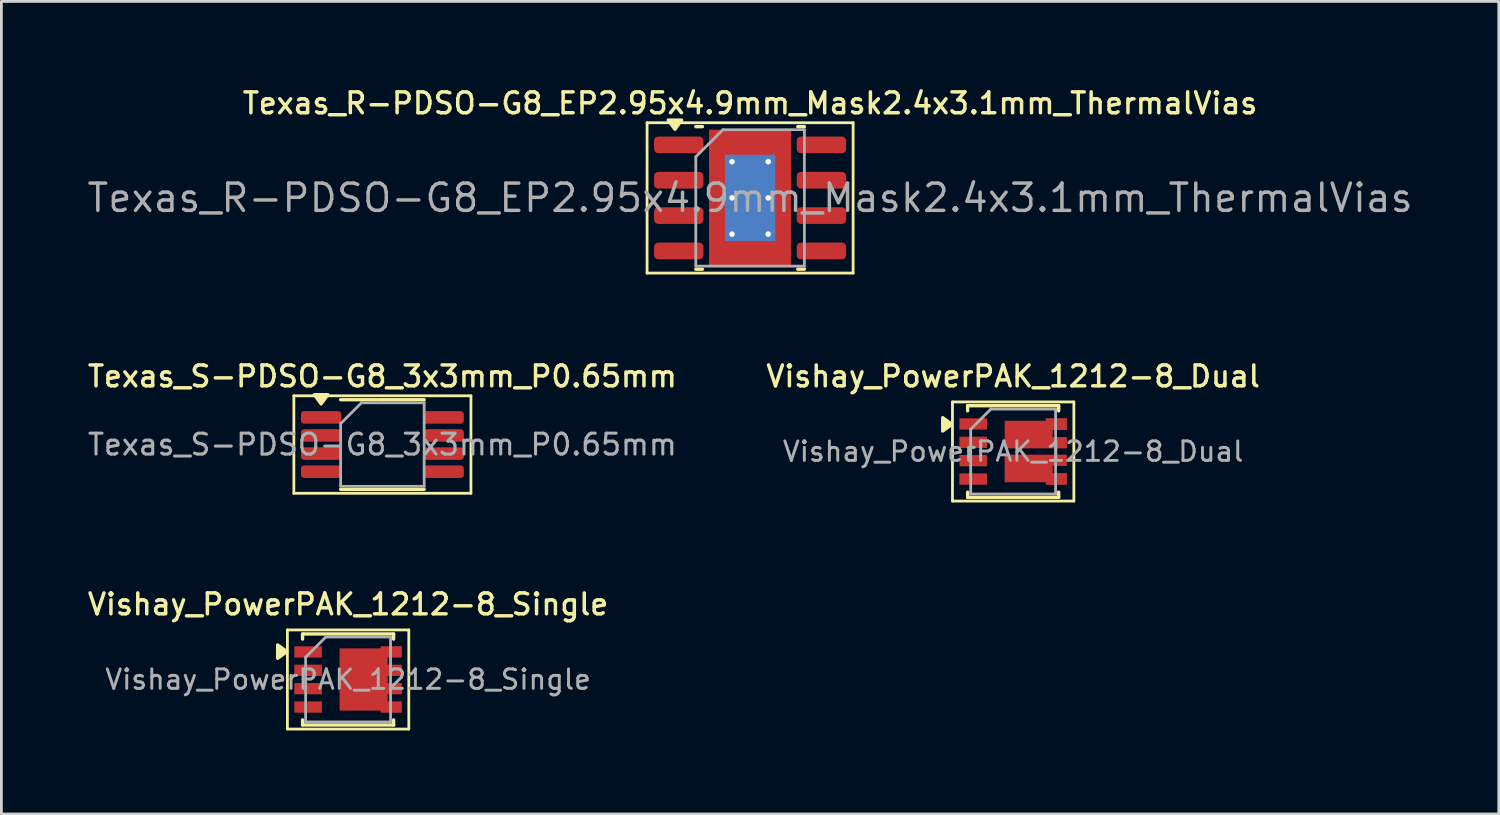
<source format=kicad_pcb>
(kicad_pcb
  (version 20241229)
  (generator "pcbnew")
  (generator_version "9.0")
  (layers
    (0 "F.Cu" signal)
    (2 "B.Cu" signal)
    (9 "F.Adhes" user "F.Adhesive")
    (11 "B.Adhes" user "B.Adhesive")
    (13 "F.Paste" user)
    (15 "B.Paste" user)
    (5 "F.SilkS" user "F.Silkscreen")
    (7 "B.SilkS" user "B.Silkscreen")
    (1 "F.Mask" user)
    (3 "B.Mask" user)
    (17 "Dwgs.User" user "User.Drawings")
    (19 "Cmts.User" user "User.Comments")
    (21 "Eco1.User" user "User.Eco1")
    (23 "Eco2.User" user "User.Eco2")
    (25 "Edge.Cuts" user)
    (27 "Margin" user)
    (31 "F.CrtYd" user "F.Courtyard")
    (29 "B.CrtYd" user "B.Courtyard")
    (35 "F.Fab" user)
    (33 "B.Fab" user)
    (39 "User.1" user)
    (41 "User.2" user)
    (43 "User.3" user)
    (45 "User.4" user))
  (footprint "Vishay_PowerPAK_1212-8_Single"
    (layer "F.Cu")
    (at 9.452 21.354)
    (property "Reference" "Vishay_PowerPAK_1212-8_Single" (at 0 -2.7 0) (layer "F.SilkS") (effects (font (size 0.75 0.75) (thickness 0.125))))
    (attr smd)
    (fp_line (start -2.18 -1.78) (end -2.18 1.78) (stroke (width 0.1) (type solid)) (layer "F.SilkS"))
    (fp_line (start -2.18 -1.78) (end 2.18 -1.78) (stroke (width 0.1) (type solid)) (layer "F.SilkS"))
    (fp_line (start -2.18 1.78) (end 2.18 1.78) (stroke (width 0.1) (type solid)) (layer "F.SilkS"))
    (fp_line (start -1.635 -1.635) (end -1.635 -1.45) (stroke (width 0.12) (type solid)) (layer "F.SilkS"))
    (fp_line (start -1.635 -1.635) (end 1.635 -1.635) (stroke (width 0.12) (type solid)) (layer "F.SilkS"))
    (fp_line (start -1.635 1.45) (end -1.635 1.635) (stroke (width 0.12) (type solid)) (layer "F.SilkS"))
    (fp_line (start -1.635 1.635) (end 1.635 1.635) (stroke (width 0.12) (type solid)) (layer "F.SilkS"))
    (fp_line (start 1.635 -1.635) (end 1.635 -1.45) (stroke (width 0.12) (type solid)) (layer "F.SilkS"))
    (fp_line (start 1.635 1.45) (end 1.635 1.635) (stroke (width 0.12) (type solid)) (layer "F.SilkS"))
    (fp_line (start 2.18 -1.78) (end 2.18 1.78) (stroke (width 0.1) (type solid)) (layer "F.SilkS"))
    (fp_poly (pts (xy -2.2 -1) (xy -2.53 -0.76) (xy -2.53 -1.24) (xy -2.2 -1)) (stroke (width 0.12) (type solid)) (fill yes) (layer "F.SilkS"))
    (fp_line (start -1.525 -0.8) (end -1.525 1.525) (stroke (width 0.1) (type solid)) (layer "F.Fab"))
    (fp_line (start -1.525 -0.8) (end -0.8 -1.525) (stroke (width 0.1) (type solid)) (layer "F.Fab"))
    (fp_line (start -1.525 1.525) (end 1.525 1.525) (stroke (width 0.1) (type solid)) (layer "F.Fab"))
    (fp_line (start -0.8 -1.525) (end 1.525 -1.525) (stroke (width 0.1) (type solid)) (layer "F.Fab"))
    (fp_line (start 1.525 -1.525) (end 1.525 1.525) (stroke (width 0.1) (type solid)) (layer "F.Fab"))
    (fp_text user "${REFERENCE}" (at 0 0 0) (layer "F.Fab") (effects (font (size 0.7 0.7) (thickness 0.105))))
    (pad "1" smd rect (at -1.435 -0.99) (size 0.99 0.405) (layers "F.Cu" "F.Mask" "F.Paste"))
    (pad "2" smd rect (at -1.435 -0.33) (size 0.99 0.405) (layers "F.Cu" "F.Mask" "F.Paste"))
    (pad "3" smd rect (at -1.435 0.33) (size 0.99 0.405) (layers "F.Cu" "F.Mask" "F.Paste"))
    (pad "4" smd rect (at -1.435 0.99) (size 0.99 0.405) (layers "F.Cu" "F.Mask" "F.Paste"))
    (pad "5" smd custom (at 0.557 0) (size 1.725 2.235) (layers "F.Cu" "F.Mask" "F.Paste") (options (anchor rect)) (primitives (gr_poly (pts (xy 1.373 -0.787) (xy 0.863 -0.787) (xy 0.863 -0.532) (xy 1.373 -0.532) (xy 1.373 -0.128) (xy 0.863 -0.128) (xy 0.863 0.128) (xy 1.373 0.128) (xy 1.373 0.532) (xy 0.863 0.532) (xy 0.863 0.787) (xy 1.373 0.787) (xy 1.373 1.195) (xy 0.613 1.195) (xy 0.613 -1.195) (xy 1.373 -1.195)) (width 0) (fill yes)))))
  (footprint "Texas_S-PDSO-G8_3x3mm_P0.65mm"
    (layer "F.Cu")
    (at 10.684 12.916)
    (property "Reference" "Texas_S-PDSO-G8_3x3mm_P0.65mm" (at 0 -2.45 0) (layer "F.SilkS") (effects (font (size 0.75 0.75) (thickness 0.125))))
    (attr smd)
    (fp_line (start -3.18 -1.75) (end -3.18 1.75) (stroke (width 0.1) (type solid)) (layer "F.SilkS"))
    (fp_line (start -3.18 1.75) (end 3.18 1.75) (stroke (width 0.1) (type solid)) (layer "F.SilkS"))
    (fp_line (start 0 -1.61) (end -1.5 -1.61) (stroke (width 0.12) (type solid)) (layer "F.SilkS"))
    (fp_line (start 0 -1.61) (end 1.5 -1.61) (stroke (width 0.12) (type solid)) (layer "F.SilkS"))
    (fp_line (start 0 1.61) (end -1.5 1.61) (stroke (width 0.12) (type solid)) (layer "F.SilkS"))
    (fp_line (start 0 1.61) (end 1.5 1.61) (stroke (width 0.12) (type solid)) (layer "F.SilkS"))
    (fp_line (start 3.18 -1.75) (end -3.18 -1.75) (stroke (width 0.1) (type solid)) (layer "F.SilkS"))
    (fp_line (start 3.18 1.75) (end 3.18 -1.75) (stroke (width 0.1) (type solid)) (layer "F.SilkS"))
    (fp_poly (pts (xy -2.2 -1.46) (xy -2.44 -1.79) (xy -1.96 -1.79) (xy -2.2 -1.46)) (stroke (width 0.12) (type solid)) (fill yes) (layer "F.SilkS"))
    (fp_line (start -1.5 -0.75) (end -0.75 -1.5) (stroke (width 0.1) (type solid)) (layer "F.Fab"))
    (fp_line (start -1.5 1.5) (end -1.5 -0.75) (stroke (width 0.1) (type solid)) (layer "F.Fab"))
    (fp_line (start -0.75 -1.5) (end 1.5 -1.5) (stroke (width 0.1) (type solid)) (layer "F.Fab"))
    (fp_line (start 1.5 -1.5) (end 1.5 1.5) (stroke (width 0.1) (type solid)) (layer "F.Fab"))
    (fp_line (start 1.5 1.5) (end -1.5 1.5) (stroke (width 0.1) (type solid)) (layer "F.Fab"))
    (fp_text user "${REFERENCE}" (at 0 0 0) (layer "F.Fab") (effects (font (size 0.75 0.75) (thickness 0.11))))
    (pad "1" smd roundrect (at -2.2 -0.975) (size 1.45 0.45) (layers "F.Cu" "F.Mask" "F.Paste") (roundrect_rratio 0.25))
    (pad "2" smd roundrect (at -2.2 -0.325) (size 1.45 0.45) (layers "F.Cu" "F.Mask" "F.Paste") (roundrect_rratio 0.25))
    (pad "3" smd roundrect (at -2.2 0.325) (size 1.45 0.45) (layers "F.Cu" "F.Mask" "F.Paste") (roundrect_rratio 0.25))
    (pad "4" smd roundrect (at -2.2 0.975) (size 1.45 0.45) (layers "F.Cu" "F.Mask" "F.Paste") (roundrect_rratio 0.25))
    (pad "5" smd roundrect (at 2.2 0.975) (size 1.45 0.45) (layers "F.Cu" "F.Mask" "F.Paste") (roundrect_rratio 0.25))
    (pad "6" smd roundrect (at 2.2 0.325) (size 1.45 0.45) (layers "F.Cu" "F.Mask" "F.Paste") (roundrect_rratio 0.25))
    (pad "7" smd roundrect (at 2.2 -0.325) (size 1.45 0.45) (layers "F.Cu" "F.Mask" "F.Paste") (roundrect_rratio 0.25))
    (pad "8" smd roundrect (at 2.2 -0.975) (size 1.45 0.45) (layers "F.Cu" "F.Mask" "F.Paste") (roundrect_rratio 0.25)))
  (footprint "Vishay_PowerPAK_1212-8_Dual"
    (layer "F.Cu")
    (at 33.338 13.166)
    (property "Reference" "Vishay_PowerPAK_1212-8_Dual" (at 0 -2.7 0) (layer "F.SilkS") (effects (font (size 0.75 0.75) (thickness 0.125))))
    (attr smd)
    (fp_line (start -2.18 -1.78) (end -2.18 1.78) (stroke (width 0.1) (type solid)) (layer "F.SilkS"))
    (fp_line (start -2.18 -1.78) (end 2.18 -1.78) (stroke (width 0.1) (type solid)) (layer "F.SilkS"))
    (fp_line (start -2.18 1.78) (end 2.18 1.78) (stroke (width 0.1) (type solid)) (layer "F.SilkS"))
    (fp_line (start -1.635 -1.645) (end 1.635 -1.645) (stroke (width 0.12) (type solid)) (layer "F.SilkS"))
    (fp_line (start -1.635 -1.46) (end -1.635 -1.645) (stroke (width 0.12) (type solid)) (layer "F.SilkS"))
    (fp_line (start -1.635 1.46) (end -1.635 1.645) (stroke (width 0.12) (type solid)) (layer "F.SilkS"))
    (fp_line (start -1.635 1.645) (end 1.635 1.645) (stroke (width 0.12) (type solid)) (layer "F.SilkS"))
    (fp_line (start 1.635 -1.46) (end 1.635 -1.645) (stroke (width 0.12) (type solid)) (layer "F.SilkS"))
    (fp_line (start 1.635 1.46) (end 1.635 1.645) (stroke (width 0.12) (type solid)) (layer "F.SilkS"))
    (fp_line (start 2.18 -1.78) (end 2.18 1.78) (stroke (width 0.1) (type solid)) (layer "F.SilkS"))
    (fp_poly (pts (xy -2.2 -0.975) (xy -2.53 -0.735) (xy -2.53 -1.215) (xy -2.2 -0.975)) (stroke (width 0.12) (type solid)) (fill yes) (layer "F.SilkS"))
    (fp_line (start -1.525 -0.8) (end -1.525 1.525) (stroke (width 0.1) (type solid)) (layer "F.Fab"))
    (fp_line (start -1.525 -0.8) (end -0.8 -1.525) (stroke (width 0.1) (type solid)) (layer "F.Fab"))
    (fp_line (start -1.525 1.525) (end 1.525 1.525) (stroke (width 0.1) (type solid)) (layer "F.Fab"))
    (fp_line (start -0.8 -1.525) (end 1.525 -1.525) (stroke (width 0.1) (type solid)) (layer "F.Fab"))
    (fp_line (start 1.525 -1.525) (end 1.525 1.525) (stroke (width 0.1) (type solid)) (layer "F.Fab"))
    (fp_text user "${REFERENCE}" (at 0 0 0) (layer "F.Fab") (effects (font (size 0.7 0.7) (thickness 0.105))))
    (pad "1" smd rect (at -1.435 -0.99) (size 0.99 0.405) (layers "F.Cu" "F.Mask" "F.Paste"))
    (pad "2" smd rect (at -1.435 -0.33) (size 0.99 0.405) (layers "F.Cu" "F.Mask" "F.Paste"))
    (pad "3" smd rect (at -1.435 0.33) (size 0.99 0.405) (layers "F.Cu" "F.Mask" "F.Paste"))
    (pad "4" smd rect (at -1.435 0.99) (size 0.99 0.405) (layers "F.Cu" "F.Mask" "F.Paste"))
    (pad "5" smd custom (at 0.557 0.608) (size 1.725 0.99) (layers "F.Cu" "F.Mask" "F.Paste") (options (anchor rect)) (primitives (gr_poly (pts (xy 1.373 -0.09) (xy 0.863 -0.09) (xy 0.863 0.165) (xy 1.373 0.165) (xy 1.373 0.588) (xy 0.613 0.588) (xy 0.613 -0.495) (xy 1.373 -0.495)) (width 0) (fill yes))))
    (pad "6" smd custom (at 0.557 -0.608) (size 1.725 0.99) (layers "F.Cu" "F.Mask" "F.Paste") (options (anchor rect)) (primitives (gr_poly (pts (xy 1.373 -0.165) (xy 0.863 -0.165) (xy 0.863 0.09) (xy 1.373 0.09) (xy 1.373 0.495) (xy 0.613 0.495) (xy 0.613 -0.588) (xy 1.373 -0.588)) (width 0) (fill yes)))))
  (footprint "Texas_R-PDSO-G8_EP2.95x4.9mm_Mask2.4x3.1mm_ThermalVias"
    (layer "F.Cu")
    (at 23.89 4.058)
    (property "Reference" "Texas_R-PDSO-G8_EP2.95x4.9mm_Mask2.4x3.1mm_ThermalVias" (at 0 -3.4 0) (layer "F.SilkS") (effects (font (size 0.75 0.75) (thickness 0.125))))
    (attr smd)
    (fp_line (start -3.7 -2.7) (end -3.7 2.7) (stroke (width 0.1) (type solid)) (layer "F.SilkS"))
    (fp_line (start -3.7 2.7) (end 3.7 2.7) (stroke (width 0.1) (type solid)) (layer "F.SilkS"))
    (fp_line (start -1.711 -2.56) (end -1.95 -2.56) (stroke (width 0.12) (type solid)) (layer "F.SilkS"))
    (fp_line (start -1.711 2.56) (end -1.95 2.56) (stroke (width 0.12) (type solid)) (layer "F.SilkS"))
    (fp_line (start 1.711 -2.56) (end 1.95 -2.56) (stroke (width 0.12) (type solid)) (layer "F.SilkS"))
    (fp_line (start 1.711 2.56) (end 1.95 2.56) (stroke (width 0.12) (type solid)) (layer "F.SilkS"))
    (fp_line (start 3.7 -2.7) (end -3.7 -2.7) (stroke (width 0.1) (type solid)) (layer "F.SilkS"))
    (fp_line (start 3.7 2.7) (end 3.7 -2.7) (stroke (width 0.1) (type solid)) (layer "F.SilkS"))
    (fp_poly (pts (xy -2.7 -2.465) (xy -2.94 -2.795) (xy -2.46 -2.795) (xy -2.7 -2.465)) (stroke (width 0.12) (type solid)) (fill yes) (layer "F.SilkS"))
    (fp_line (start -1.95 -1.475) (end -0.975 -2.45) (stroke (width 0.1) (type solid)) (layer "F.Fab"))
    (fp_line (start -1.95 2.45) (end -1.95 -1.475) (stroke (width 0.1) (type solid)) (layer "F.Fab"))
    (fp_line (start -0.975 -2.45) (end 1.95 -2.45) (stroke (width 0.1) (type solid)) (layer "F.Fab"))
    (fp_line (start 1.95 -2.45) (end 1.95 2.45) (stroke (width 0.1) (type solid)) (layer "F.Fab"))
    (fp_line (start 1.95 2.45) (end -1.95 2.45) (stroke (width 0.1) (type solid)) (layer "F.Fab"))
    (fp_text user "${REFERENCE}" (at 0 0 0) (layer "F.Fab") (effects (font (size 0.98 0.98) (thickness 0.125))))
    (pad "" smd roundrect (at -0.6 -1.03) (size 1.04 0.89) (layers "F.Paste") (roundrect_rratio 0.25))
    (pad "" smd roundrect (at -0.6 0) (size 1.04 0.89) (layers "F.Paste") (roundrect_rratio 0.25))
    (pad "" smd roundrect (at -0.6 1.03) (size 1.04 0.89) (layers "F.Paste") (roundrect_rratio 0.25))
    (pad "" smd rect (at 0 0) (size 2.4 3.1) (layers "F.Mask"))
    (pad "" smd roundrect (at 0.6 -1.03) (size 1.04 0.89) (layers "F.Paste") (roundrect_rratio 0.25))
    (pad "" smd roundrect (at 0.6 0) (size 1.04 0.89) (layers "F.Paste") (roundrect_rratio 0.25))
    (pad "" smd roundrect (at 0.6 1.03) (size 1.04 0.89) (layers "F.Paste") (roundrect_rratio 0.25))
    (pad "1" smd roundrect (at -2.562 -1.905) (size 1.775 0.6) (layers "F.Cu" "F.Mask" "F.Paste") (roundrect_rratio 0.25))
    (pad "2" smd roundrect (at -2.562 -0.635) (size 1.775 0.6) (layers "F.Cu" "F.Mask" "F.Paste") (roundrect_rratio 0.25))
    (pad "3" smd roundrect (at -2.562 0.635) (size 1.775 0.6) (layers "F.Cu" "F.Mask" "F.Paste") (roundrect_rratio 0.25))
    (pad "4" smd roundrect (at -2.562 1.905) (size 1.775 0.6) (layers "F.Cu" "F.Mask" "F.Paste") (roundrect_rratio 0.25))
    (pad "5" smd roundrect (at 2.562 1.905) (size 1.775 0.6) (layers "F.Cu" "F.Mask" "F.Paste") (roundrect_rratio 0.25))
    (pad "6" smd roundrect (at 2.562 0.635) (size 1.775 0.6) (layers "F.Cu" "F.Mask" "F.Paste") (roundrect_rratio 0.25))
    (pad "7" smd roundrect (at 2.562 -0.635) (size 1.775 0.6) (layers "F.Cu" "F.Mask" "F.Paste") (roundrect_rratio 0.25))
    (pad "8" smd roundrect (at 2.562 -1.905) (size 1.775 0.6) (layers "F.Cu" "F.Mask" "F.Paste") (roundrect_rratio 0.25))
    (pad "9" thru_hole circle (at -0.65 -1.3) (size 0.5 0.5) (drill 0.2) (property pad_prop_heatsink) (layers "*.Cu"))
    (pad "9" thru_hole circle (at -0.65 0) (size 0.5 0.5) (drill 0.2) (property pad_prop_heatsink) (layers "*.Cu"))
    (pad "9" thru_hole circle (at -0.65 1.3) (size 0.5 0.5) (drill 0.2) (property pad_prop_heatsink) (layers "*.Cu"))
    (pad "9" smd rect (at 0 0) (size 1.8 3.1) (property pad_prop_heatsink) (layers "B.Cu"))
    (pad "9" smd rect (at 0 0) (size 2.95 4.9) (property pad_prop_heatsink) (layers "F.Cu"))
    (pad "9" thru_hole circle (at 0.65 -1.3) (size 0.5 0.5) (drill 0.2) (property pad_prop_heatsink) (layers "*.Cu"))
    (pad "9" thru_hole circle (at 0.65 0) (size 0.5 0.5) (drill 0.2) (property pad_prop_heatsink) (layers "*.Cu"))
    (pad "9" thru_hole circle (at 0.65 1.3) (size 0.5 0.5) (drill 0.2) (property pad_prop_heatsink) (layers "*.Cu")))
  (gr_rect
    (start -3 -3)
    (end 50.779 26.184)
    (stroke (width 0.1) (type default))
    (fill no)
    (layer "Edge.Cuts")))
</source>
